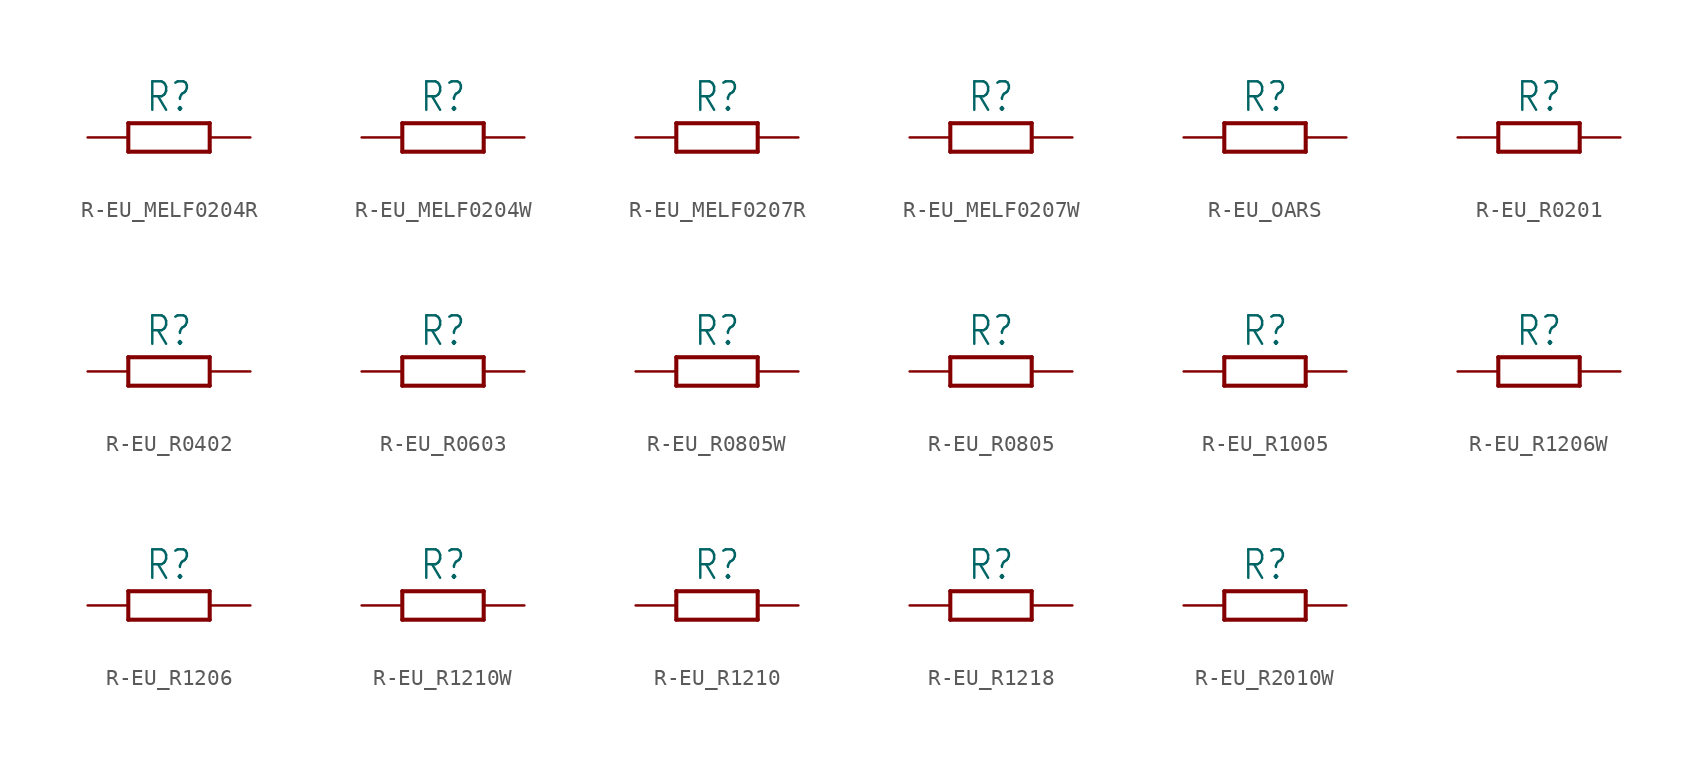
<source format=kicad_sym>
(kicad_symbol_lib
  (version 20231120)
  (generator "kicad_symbol_editor")
  (generator_version "8.0")
  (symbol "R-EU_MELF0204R"
    (property "Reference" "R"
      (at 0 2.54 0)
      (effects (font (size 1.778 1.511))))
    (property "Value" ""
      (at 0 -2.54 0)
      (effects (font (size 1.778 1.511))))
    (property "ki_locked" ""
      (at 0 0 0)
      (effects (font (size 1.27 1.27))))
    (symbol "R-EU_MELF0204R_1_0"
      (polyline (pts (xy -2.54 -0.889) (xy -2.54 0.889)) (stroke (width 0.254) (type solid)) (fill (type none)))
      (polyline (pts (xy -2.54 -0.889) (xy 2.54 -0.889)) (stroke (width 0.254) (type solid)) (fill (type none)))
      (polyline (pts (xy 2.54 -0.889) (xy 2.54 0.889)) (stroke (width 0.254) (type solid)) (fill (type none)))
      (polyline (pts (xy 2.54 0.889) (xy -2.54 0.889)) (stroke (width 0.254) (type solid)) (fill (type none)))
      (pin passive line (at -5.08 0 0) (length 2.54) (name "1" (effects (font (size 0 0)))) (number "1" (effects (font (size 0 0)))))
      (pin passive line (at 5.08 0 180) (length 2.54) (name "2" (effects (font (size 0 0)))) (number "2" (effects (font (size 0 0)))))))
  (symbol "R-EU_MELF0204W"
    (property "Reference" "R"
      (at 0 2.54 0)
      (effects (font (size 1.778 1.511))))
    (property "Value" ""
      (at 0 -2.54 0)
      (effects (font (size 1.778 1.511))))
    (property "ki_locked" ""
      (at 0 0 0)
      (effects (font (size 1.27 1.27))))
    (symbol "R-EU_MELF0204W_1_0"
      (polyline (pts (xy -2.54 -0.889) (xy -2.54 0.889)) (stroke (width 0.254) (type solid)) (fill (type none)))
      (polyline (pts (xy -2.54 -0.889) (xy 2.54 -0.889)) (stroke (width 0.254) (type solid)) (fill (type none)))
      (polyline (pts (xy 2.54 -0.889) (xy 2.54 0.889)) (stroke (width 0.254) (type solid)) (fill (type none)))
      (polyline (pts (xy 2.54 0.889) (xy -2.54 0.889)) (stroke (width 0.254) (type solid)) (fill (type none)))
      (pin passive line (at -5.08 0 0) (length 2.54) (name "1" (effects (font (size 0 0)))) (number "1" (effects (font (size 0 0)))))
      (pin passive line (at 5.08 0 180) (length 2.54) (name "2" (effects (font (size 0 0)))) (number "2" (effects (font (size 0 0)))))))
  (symbol "R-EU_MELF0207R"
    (property "Reference" "R"
      (at 0 2.54 0)
      (effects (font (size 1.778 1.511))))
    (property "Value" ""
      (at 0 -2.54 0)
      (effects (font (size 1.778 1.511))))
    (property "ki_locked" ""
      (at 0 0 0)
      (effects (font (size 1.27 1.27))))
    (symbol "R-EU_MELF0207R_1_0"
      (polyline (pts (xy -2.54 -0.889) (xy -2.54 0.889)) (stroke (width 0.254) (type solid)) (fill (type none)))
      (polyline (pts (xy -2.54 -0.889) (xy 2.54 -0.889)) (stroke (width 0.254) (type solid)) (fill (type none)))
      (polyline (pts (xy 2.54 -0.889) (xy 2.54 0.889)) (stroke (width 0.254) (type solid)) (fill (type none)))
      (polyline (pts (xy 2.54 0.889) (xy -2.54 0.889)) (stroke (width 0.254) (type solid)) (fill (type none)))
      (pin passive line (at -5.08 0 0) (length 2.54) (name "1" (effects (font (size 0 0)))) (number "1" (effects (font (size 0 0)))))
      (pin passive line (at 5.08 0 180) (length 2.54) (name "2" (effects (font (size 0 0)))) (number "2" (effects (font (size 0 0)))))))
  (symbol "R-EU_MELF0207W"
    (property "Reference" "R"
      (at 0 2.54 0)
      (effects (font (size 1.778 1.511))))
    (property "Value" ""
      (at 0 -2.54 0)
      (effects (font (size 1.778 1.511))))
    (property "ki_locked" ""
      (at 0 0 0)
      (effects (font (size 1.27 1.27))))
    (symbol "R-EU_MELF0207W_1_0"
      (polyline (pts (xy -2.54 -0.889) (xy -2.54 0.889)) (stroke (width 0.254) (type solid)) (fill (type none)))
      (polyline (pts (xy -2.54 -0.889) (xy 2.54 -0.889)) (stroke (width 0.254) (type solid)) (fill (type none)))
      (polyline (pts (xy 2.54 -0.889) (xy 2.54 0.889)) (stroke (width 0.254) (type solid)) (fill (type none)))
      (polyline (pts (xy 2.54 0.889) (xy -2.54 0.889)) (stroke (width 0.254) (type solid)) (fill (type none)))
      (pin passive line (at -5.08 0 0) (length 2.54) (name "1" (effects (font (size 0 0)))) (number "1" (effects (font (size 0 0)))))
      (pin passive line (at 5.08 0 180) (length 2.54) (name "2" (effects (font (size 0 0)))) (number "2" (effects (font (size 0 0)))))))
  (symbol "R-EU_OARS"
    (property "Reference" "R"
      (at 0 2.54 0)
      (effects (font (size 1.778 1.511))))
    (property "Value" ""
      (at 0 -2.54 0)
      (effects (font (size 1.778 1.511))))
    (property "ki_locked" ""
      (at 0 0 0)
      (effects (font (size 1.27 1.27))))
    (symbol "R-EU_OARS_1_0"
      (polyline (pts (xy -2.54 -0.889) (xy -2.54 0.889)) (stroke (width 0.254) (type solid)) (fill (type none)))
      (polyline (pts (xy -2.54 -0.889) (xy 2.54 -0.889)) (stroke (width 0.254) (type solid)) (fill (type none)))
      (polyline (pts (xy 2.54 -0.889) (xy 2.54 0.889)) (stroke (width 0.254) (type solid)) (fill (type none)))
      (polyline (pts (xy 2.54 0.889) (xy -2.54 0.889)) (stroke (width 0.254) (type solid)) (fill (type none)))
      (pin passive line (at -5.08 0 0) (length 2.54) (name "1" (effects (font (size 0 0)))) (number "1" (effects (font (size 0 0)))))
      (pin passive line (at 5.08 0 180) (length 2.54) (name "2" (effects (font (size 0 0)))) (number "2" (effects (font (size 0 0)))))))
  (symbol "R-EU_R0201"
    (property "Reference" "R"
      (at 0 2.54 0)
      (effects (font (size 1.778 1.511))))
    (property "Value" ""
      (at 0 -2.54 0)
      (effects (font (size 1.778 1.511))))
    (property "ki_locked" ""
      (at 0 0 0)
      (effects (font (size 1.27 1.27))))
    (symbol "R-EU_R0201_1_0"
      (polyline (pts (xy -2.54 -0.889) (xy -2.54 0.889)) (stroke (width 0.254) (type solid)) (fill (type none)))
      (polyline (pts (xy -2.54 -0.889) (xy 2.54 -0.889)) (stroke (width 0.254) (type solid)) (fill (type none)))
      (polyline (pts (xy 2.54 -0.889) (xy 2.54 0.889)) (stroke (width 0.254) (type solid)) (fill (type none)))
      (polyline (pts (xy 2.54 0.889) (xy -2.54 0.889)) (stroke (width 0.254) (type solid)) (fill (type none)))
      (pin passive line (at -5.08 0 0) (length 2.54) (name "1" (effects (font (size 0 0)))) (number "1" (effects (font (size 0 0)))))
      (pin passive line (at 5.08 0 180) (length 2.54) (name "2" (effects (font (size 0 0)))) (number "2" (effects (font (size 0 0)))))))
  (symbol "R-EU_R0402"
    (property "Reference" "R"
      (at 0 2.54 0)
      (effects (font (size 1.778 1.511))))
    (property "Value" ""
      (at 0 -2.54 0)
      (effects (font (size 1.778 1.511))))
    (property "ki_locked" ""
      (at 0 0 0)
      (effects (font (size 1.27 1.27))))
    (symbol "R-EU_R0402_1_0"
      (polyline (pts (xy -2.54 -0.889) (xy -2.54 0.889)) (stroke (width 0.254) (type solid)) (fill (type none)))
      (polyline (pts (xy -2.54 -0.889) (xy 2.54 -0.889)) (stroke (width 0.254) (type solid)) (fill (type none)))
      (polyline (pts (xy 2.54 -0.889) (xy 2.54 0.889)) (stroke (width 0.254) (type solid)) (fill (type none)))
      (polyline (pts (xy 2.54 0.889) (xy -2.54 0.889)) (stroke (width 0.254) (type solid)) (fill (type none)))
      (pin passive line (at -5.08 0 0) (length 2.54) (name "1" (effects (font (size 0 0)))) (number "1" (effects (font (size 0 0)))))
      (pin passive line (at 5.08 0 180) (length 2.54) (name "2" (effects (font (size 0 0)))) (number "2" (effects (font (size 0 0)))))))
  (symbol "R-EU_R0603"
    (property "Reference" "R"
      (at 0 2.54 0)
      (effects (font (size 1.778 1.511))))
    (property "Value" ""
      (at 0 -2.54 0)
      (effects (font (size 1.778 1.511))))
    (property "ki_locked" ""
      (at 0 0 0)
      (effects (font (size 1.27 1.27))))
    (symbol "R-EU_R0603_1_0"
      (polyline (pts (xy -2.54 -0.889) (xy -2.54 0.889)) (stroke (width 0.254) (type solid)) (fill (type none)))
      (polyline (pts (xy -2.54 -0.889) (xy 2.54 -0.889)) (stroke (width 0.254) (type solid)) (fill (type none)))
      (polyline (pts (xy 2.54 -0.889) (xy 2.54 0.889)) (stroke (width 0.254) (type solid)) (fill (type none)))
      (polyline (pts (xy 2.54 0.889) (xy -2.54 0.889)) (stroke (width 0.254) (type solid)) (fill (type none)))
      (pin passive line (at -5.08 0 0) (length 2.54) (name "1" (effects (font (size 0 0)))) (number "1" (effects (font (size 0 0)))))
      (pin passive line (at 5.08 0 180) (length 2.54) (name "2" (effects (font (size 0 0)))) (number "2" (effects (font (size 0 0)))))))
  (symbol "R-EU_R0805W"
    (property "Reference" "R"
      (at 0 2.54 0)
      (effects (font (size 1.778 1.511))))
    (property "Value" ""
      (at 0 -2.54 0)
      (effects (font (size 1.778 1.511))))
    (property "ki_locked" ""
      (at 0 0 0)
      (effects (font (size 1.27 1.27))))
    (symbol "R-EU_R0805W_1_0"
      (polyline (pts (xy -2.54 -0.889) (xy -2.54 0.889)) (stroke (width 0.254) (type solid)) (fill (type none)))
      (polyline (pts (xy -2.54 -0.889) (xy 2.54 -0.889)) (stroke (width 0.254) (type solid)) (fill (type none)))
      (polyline (pts (xy 2.54 -0.889) (xy 2.54 0.889)) (stroke (width 0.254) (type solid)) (fill (type none)))
      (polyline (pts (xy 2.54 0.889) (xy -2.54 0.889)) (stroke (width 0.254) (type solid)) (fill (type none)))
      (pin passive line (at -5.08 0 0) (length 2.54) (name "1" (effects (font (size 0 0)))) (number "1" (effects (font (size 0 0)))))
      (pin passive line (at 5.08 0 180) (length 2.54) (name "2" (effects (font (size 0 0)))) (number "2" (effects (font (size 0 0)))))))
  (symbol "R-EU_R0805"
    (property "Reference" "R"
      (at 0 2.54 0)
      (effects (font (size 1.778 1.511))))
    (property "Value" ""
      (at 0 -2.54 0)
      (effects (font (size 1.778 1.511))))
    (property "ki_locked" ""
      (at 0 0 0)
      (effects (font (size 1.27 1.27))))
    (symbol "R-EU_R0805_1_0"
      (polyline (pts (xy -2.54 -0.889) (xy -2.54 0.889)) (stroke (width 0.254) (type solid)) (fill (type none)))
      (polyline (pts (xy -2.54 -0.889) (xy 2.54 -0.889)) (stroke (width 0.254) (type solid)) (fill (type none)))
      (polyline (pts (xy 2.54 -0.889) (xy 2.54 0.889)) (stroke (width 0.254) (type solid)) (fill (type none)))
      (polyline (pts (xy 2.54 0.889) (xy -2.54 0.889)) (stroke (width 0.254) (type solid)) (fill (type none)))
      (pin passive line (at -5.08 0 0) (length 2.54) (name "1" (effects (font (size 0 0)))) (number "1" (effects (font (size 0 0)))))
      (pin passive line (at 5.08 0 180) (length 2.54) (name "2" (effects (font (size 0 0)))) (number "2" (effects (font (size 0 0)))))))
  (symbol "R-EU_R1005"
    (property "Reference" "R"
      (at 0 2.54 0)
      (effects (font (size 1.778 1.511))))
    (property "Value" ""
      (at 0 -2.54 0)
      (effects (font (size 1.778 1.511))))
    (property "ki_locked" ""
      (at 0 0 0)
      (effects (font (size 1.27 1.27))))
    (symbol "R-EU_R1005_1_0"
      (polyline (pts (xy -2.54 -0.889) (xy -2.54 0.889)) (stroke (width 0.254) (type solid)) (fill (type none)))
      (polyline (pts (xy -2.54 -0.889) (xy 2.54 -0.889)) (stroke (width 0.254) (type solid)) (fill (type none)))
      (polyline (pts (xy 2.54 -0.889) (xy 2.54 0.889)) (stroke (width 0.254) (type solid)) (fill (type none)))
      (polyline (pts (xy 2.54 0.889) (xy -2.54 0.889)) (stroke (width 0.254) (type solid)) (fill (type none)))
      (pin passive line (at -5.08 0 0) (length 2.54) (name "1" (effects (font (size 0 0)))) (number "1" (effects (font (size 0 0)))))
      (pin passive line (at 5.08 0 180) (length 2.54) (name "2" (effects (font (size 0 0)))) (number "2" (effects (font (size 0 0)))))))
  (symbol "R-EU_R1206W"
    (property "Reference" "R"
      (at 0 2.54 0)
      (effects (font (size 1.778 1.511))))
    (property "Value" ""
      (at 0 -2.54 0)
      (effects (font (size 1.778 1.511))))
    (property "ki_locked" ""
      (at 0 0 0)
      (effects (font (size 1.27 1.27))))
    (symbol "R-EU_R1206W_1_0"
      (polyline (pts (xy -2.54 -0.889) (xy -2.54 0.889)) (stroke (width 0.254) (type solid)) (fill (type none)))
      (polyline (pts (xy -2.54 -0.889) (xy 2.54 -0.889)) (stroke (width 0.254) (type solid)) (fill (type none)))
      (polyline (pts (xy 2.54 -0.889) (xy 2.54 0.889)) (stroke (width 0.254) (type solid)) (fill (type none)))
      (polyline (pts (xy 2.54 0.889) (xy -2.54 0.889)) (stroke (width 0.254) (type solid)) (fill (type none)))
      (pin passive line (at -5.08 0 0) (length 2.54) (name "1" (effects (font (size 0 0)))) (number "1" (effects (font (size 0 0)))))
      (pin passive line (at 5.08 0 180) (length 2.54) (name "2" (effects (font (size 0 0)))) (number "2" (effects (font (size 0 0)))))))
  (symbol "R-EU_R1206"
    (property "Reference" "R"
      (at 0 2.54 0)
      (effects (font (size 1.778 1.511))))
    (property "Value" ""
      (at 0 -2.54 0)
      (effects (font (size 1.778 1.511))))
    (property "ki_locked" ""
      (at 0 0 0)
      (effects (font (size 1.27 1.27))))
    (symbol "R-EU_R1206_1_0"
      (polyline (pts (xy -2.54 -0.889) (xy -2.54 0.889)) (stroke (width 0.254) (type solid)) (fill (type none)))
      (polyline (pts (xy -2.54 -0.889) (xy 2.54 -0.889)) (stroke (width 0.254) (type solid)) (fill (type none)))
      (polyline (pts (xy 2.54 -0.889) (xy 2.54 0.889)) (stroke (width 0.254) (type solid)) (fill (type none)))
      (polyline (pts (xy 2.54 0.889) (xy -2.54 0.889)) (stroke (width 0.254) (type solid)) (fill (type none)))
      (pin passive line (at -5.08 0 0) (length 2.54) (name "1" (effects (font (size 0 0)))) (number "1" (effects (font (size 0 0)))))
      (pin passive line (at 5.08 0 180) (length 2.54) (name "2" (effects (font (size 0 0)))) (number "2" (effects (font (size 0 0)))))))
  (symbol "R-EU_R1210W"
    (property "Reference" "R"
      (at 0 2.54 0)
      (effects (font (size 1.778 1.511))))
    (property "Value" ""
      (at 0 -2.54 0)
      (effects (font (size 1.778 1.511))))
    (property "ki_locked" ""
      (at 0 0 0)
      (effects (font (size 1.27 1.27))))
    (symbol "R-EU_R1210W_1_0"
      (polyline (pts (xy -2.54 -0.889) (xy -2.54 0.889)) (stroke (width 0.254) (type solid)) (fill (type none)))
      (polyline (pts (xy -2.54 -0.889) (xy 2.54 -0.889)) (stroke (width 0.254) (type solid)) (fill (type none)))
      (polyline (pts (xy 2.54 -0.889) (xy 2.54 0.889)) (stroke (width 0.254) (type solid)) (fill (type none)))
      (polyline (pts (xy 2.54 0.889) (xy -2.54 0.889)) (stroke (width 0.254) (type solid)) (fill (type none)))
      (pin passive line (at -5.08 0 0) (length 2.54) (name "1" (effects (font (size 0 0)))) (number "1" (effects (font (size 0 0)))))
      (pin passive line (at 5.08 0 180) (length 2.54) (name "2" (effects (font (size 0 0)))) (number "2" (effects (font (size 0 0)))))))
  (symbol "R-EU_R1210"
    (property "Reference" "R"
      (at 0 2.54 0)
      (effects (font (size 1.778 1.511))))
    (property "Value" ""
      (at 0 -2.54 0)
      (effects (font (size 1.778 1.511))))
    (property "ki_locked" ""
      (at 0 0 0)
      (effects (font (size 1.27 1.27))))
    (symbol "R-EU_R1210_1_0"
      (polyline (pts (xy -2.54 -0.889) (xy -2.54 0.889)) (stroke (width 0.254) (type solid)) (fill (type none)))
      (polyline (pts (xy -2.54 -0.889) (xy 2.54 -0.889)) (stroke (width 0.254) (type solid)) (fill (type none)))
      (polyline (pts (xy 2.54 -0.889) (xy 2.54 0.889)) (stroke (width 0.254) (type solid)) (fill (type none)))
      (polyline (pts (xy 2.54 0.889) (xy -2.54 0.889)) (stroke (width 0.254) (type solid)) (fill (type none)))
      (pin passive line (at -5.08 0 0) (length 2.54) (name "1" (effects (font (size 0 0)))) (number "1" (effects (font (size 0 0)))))
      (pin passive line (at 5.08 0 180) (length 2.54) (name "2" (effects (font (size 0 0)))) (number "2" (effects (font (size 0 0)))))))
  (symbol "R-EU_R1218"
    (property "Reference" "R"
      (at 0 2.54 0)
      (effects (font (size 1.778 1.511))))
    (property "Value" ""
      (at 0 -2.54 0)
      (effects (font (size 1.778 1.511))))
    (property "ki_locked" ""
      (at 0 0 0)
      (effects (font (size 1.27 1.27))))
    (symbol "R-EU_R1218_1_0"
      (polyline (pts (xy -2.54 -0.889) (xy -2.54 0.889)) (stroke (width 0.254) (type solid)) (fill (type none)))
      (polyline (pts (xy -2.54 -0.889) (xy 2.54 -0.889)) (stroke (width 0.254) (type solid)) (fill (type none)))
      (polyline (pts (xy 2.54 -0.889) (xy 2.54 0.889)) (stroke (width 0.254) (type solid)) (fill (type none)))
      (polyline (pts (xy 2.54 0.889) (xy -2.54 0.889)) (stroke (width 0.254) (type solid)) (fill (type none)))
      (pin passive line (at -5.08 0 0) (length 2.54) (name "1" (effects (font (size 0 0)))) (number "1" (effects (font (size 0 0)))))
      (pin passive line (at 5.08 0 180) (length 2.54) (name "2" (effects (font (size 0 0)))) (number "2" (effects (font (size 0 0)))))))
  (symbol "R-EU_R2010W"
    (property "Reference" "R"
      (at 0 2.54 0)
      (effects (font (size 1.778 1.511))))
    (property "Value" ""
      (at 0 -2.54 0)
      (effects (font (size 1.778 1.511))))
    (property "ki_locked" ""
      (at 0 0 0)
      (effects (font (size 1.27 1.27))))
    (symbol "R-EU_R2010W_1_0"
      (polyline (pts (xy -2.54 -0.889) (xy -2.54 0.889)) (stroke (width 0.254) (type solid)) (fill (type none)))
      (polyline (pts (xy -2.54 -0.889) (xy 2.54 -0.889)) (stroke (width 0.254) (type solid)) (fill (type none)))
      (polyline (pts (xy 2.54 -0.889) (xy 2.54 0.889)) (stroke (width 0.254) (type solid)) (fill (type none)))
      (polyline (pts (xy 2.54 0.889) (xy -2.54 0.889)) (stroke (width 0.254) (type solid)) (fill (type none)))
      (pin passive line (at -5.08 0 0) (length 2.54) (name "1" (effects (font (size 0 0)))) (number "1" (effects (font (size 0 0)))))
      (pin passive line (at 5.08 0 180) (length 2.54) (name "2" (effects (font (size 0 0)))) (number "2" (effects (font (size 0 0))))))))
</source>
